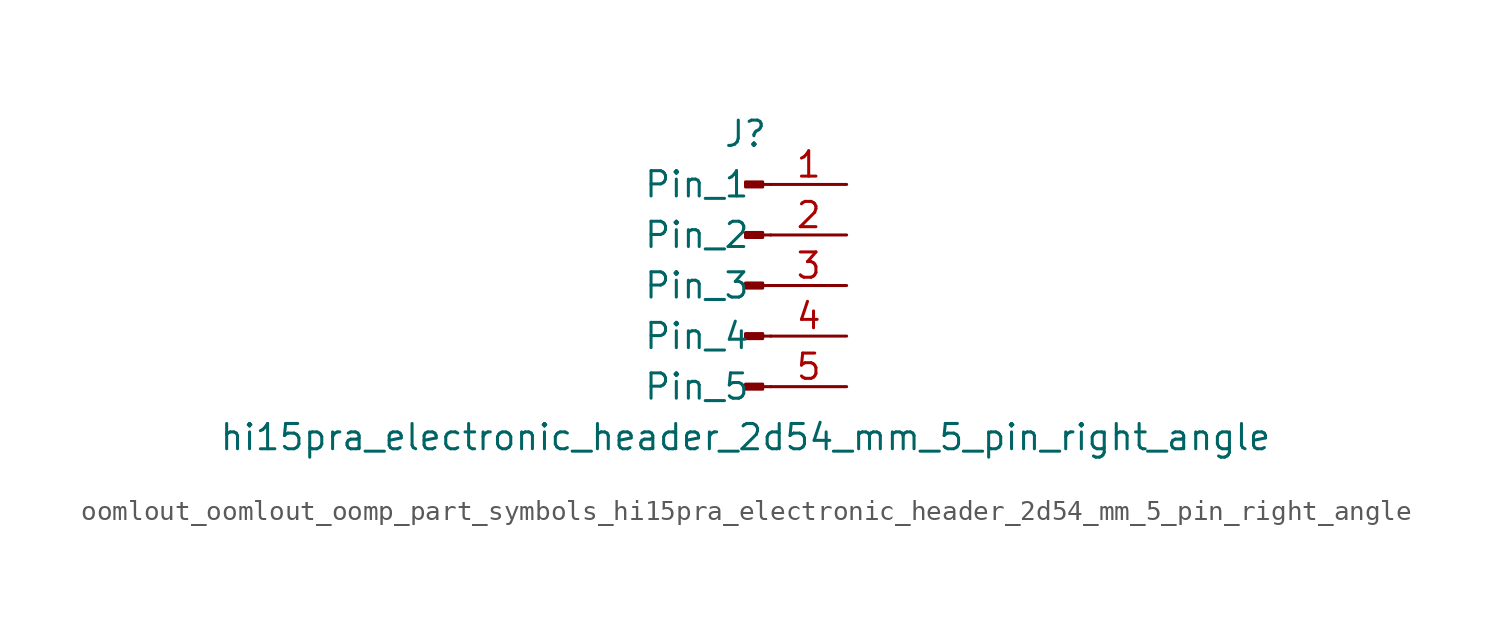
<source format=kicad_sym>
(kicad_symbol_lib
  (version 20220914)
  (generator kicad_symbol_editor)
  (symbol "oomlout_oomlout_oomp_part_symbols_hi15pra_electronic_header_2d54_mm_5_pin_right_angle"
    (pin_names
      (offset 1.016))
    (property "Reference" "J"
      (at 0 7.62 0)
      (effects (font (size 1.27 1.27))))
    (property "Value" "hi15pra_electronic_header_2d54_mm_5_pin_right_angle"
      (at 0 -7.62 0)
      (effects (font (size 1.27 1.27))))
    (property "ki_locked" ""
      (at 0 0 0)
      (effects (font (size 1.27 1.27))))
    (symbol "oomlout_oomlout_oomp_part_symbols_hi15pra_electronic_header_2d54_mm_5_pin_right_angle_1_1"
      (polyline (pts (xy 1.27 -5.08) (xy 0.864 -5.08)) (stroke (width 0.152) (type default)) (fill (type none)))
      (polyline (pts (xy 1.27 -2.54) (xy 0.864 -2.54)) (stroke (width 0.152) (type default)) (fill (type none)))
      (polyline (pts (xy 1.27 0) (xy 0.864 0)) (stroke (width 0.152) (type default)) (fill (type none)))
      (polyline (pts (xy 1.27 2.54) (xy 0.864 2.54)) (stroke (width 0.152) (type default)) (fill (type none)))
      (polyline (pts (xy 1.27 5.08) (xy 0.864 5.08)) (stroke (width 0.152) (type default)) (fill (type none)))
      (rectangle (start 0.864 -4.953) (end 0 -5.207) (stroke (width 0.152) (type default)) (fill (type outline)))
      (rectangle (start 0.864 -2.413) (end 0 -2.667) (stroke (width 0.152) (type default)) (fill (type outline)))
      (rectangle (start 0.864 0.127) (end 0 -0.127) (stroke (width 0.152) (type default)) (fill (type outline)))
      (rectangle (start 0.864 2.667) (end 0 2.413) (stroke (width 0.152) (type default)) (fill (type outline)))
      (rectangle (start 0.864 5.207) (end 0 4.953) (stroke (width 0.152) (type default)) (fill (type outline)))
      (pin passive line (at 5.08 5.08 180) (length 3.81) (name "Pin_1" (effects (font (size 1.27 1.27)))) (number "1" (effects (font (size 1.27 1.27)))))
      (pin passive line (at 5.08 2.54 180) (length 3.81) (name "Pin_2" (effects (font (size 1.27 1.27)))) (number "2" (effects (font (size 1.27 1.27)))))
      (pin passive line (at 5.08 0 180) (length 3.81) (name "Pin_3" (effects (font (size 1.27 1.27)))) (number "3" (effects (font (size 1.27 1.27)))))
      (pin passive line (at 5.08 -2.54 180) (length 3.81) (name "Pin_4" (effects (font (size 1.27 1.27)))) (number "4" (effects (font (size 1.27 1.27)))))
      (pin passive line (at 5.08 -5.08 180) (length 3.81) (name "Pin_5" (effects (font (size 1.27 1.27)))) (number "5" (effects (font (size 1.27 1.27))))))))
</source>
